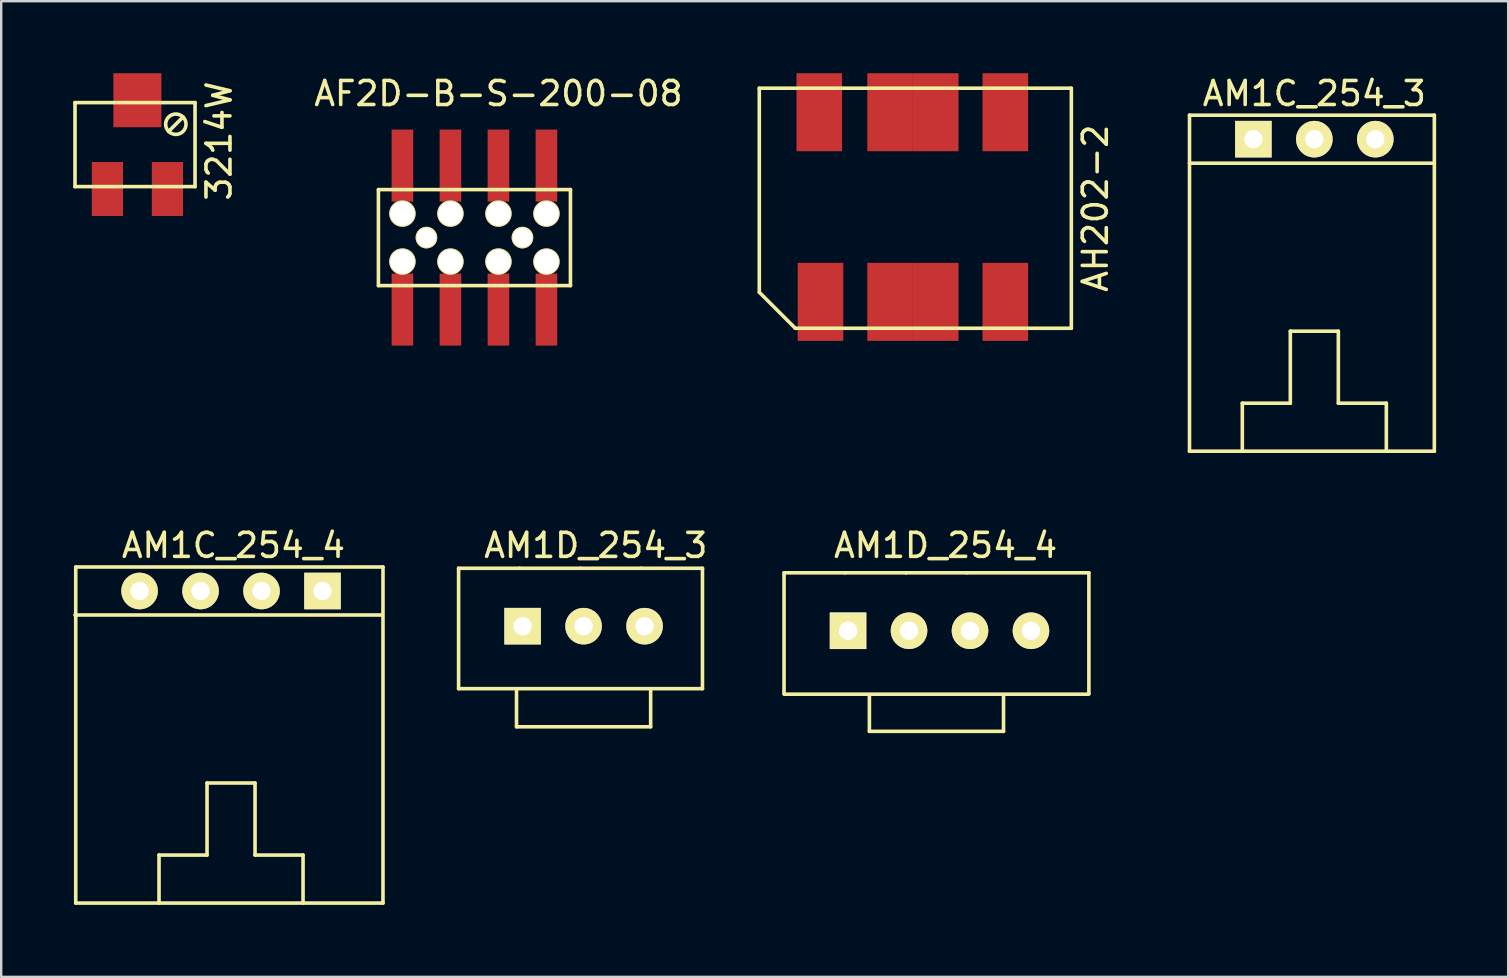
<source format=kicad_pcb>
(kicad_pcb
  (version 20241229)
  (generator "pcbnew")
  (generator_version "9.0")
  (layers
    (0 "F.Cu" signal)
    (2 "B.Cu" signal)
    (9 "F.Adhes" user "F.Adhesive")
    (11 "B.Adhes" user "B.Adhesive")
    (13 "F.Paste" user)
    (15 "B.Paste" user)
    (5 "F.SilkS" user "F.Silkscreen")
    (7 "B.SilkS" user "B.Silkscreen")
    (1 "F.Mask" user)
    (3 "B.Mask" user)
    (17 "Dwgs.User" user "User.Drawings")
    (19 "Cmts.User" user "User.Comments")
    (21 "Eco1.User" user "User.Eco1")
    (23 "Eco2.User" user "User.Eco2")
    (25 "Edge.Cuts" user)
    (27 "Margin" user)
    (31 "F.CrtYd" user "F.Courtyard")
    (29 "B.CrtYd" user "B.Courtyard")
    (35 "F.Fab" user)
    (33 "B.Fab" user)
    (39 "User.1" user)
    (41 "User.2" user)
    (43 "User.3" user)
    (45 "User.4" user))
  (footprint "AM1D_254_3"
    (layer "F.Cu")
    (at 21.262 23.037)
    (property "Reference" "AM1D_254_3" (at 0.508 -3.365 0) (layer "F.SilkS") (effects (font (size 1 1) (thickness 0.15))))
    (attr through_hole)
    (fp_line (start -5.207 -2.413) (end -2.667 -2.413) (stroke (width 0.15) (type solid)) (layer "F.SilkS"))
    (fp_line (start -5.207 2.603) (end -5.207 -2.413) (stroke (width 0.15) (type solid)) (layer "F.SilkS"))
    (fp_line (start -5.207 2.603) (end 4.953 2.603) (stroke (width 0.15) (type solid)) (layer "F.SilkS"))
    (fp_line (start -2.794 4.191) (end -2.794 2.667) (stroke (width 0.15) (type solid)) (layer "F.SilkS"))
    (fp_line (start -2.794 4.191) (end 2.794 4.191) (stroke (width 0.15) (type solid)) (layer "F.SilkS"))
    (fp_line (start -2.667 -2.413) (end -0.127 -2.413) (stroke (width 0.15) (type solid)) (layer "F.SilkS"))
    (fp_line (start -0.127 -2.413) (end 2.413 -2.413) (stroke (width 0.15) (type solid)) (layer "F.SilkS"))
    (fp_line (start 2.413 -2.413) (end 4.953 -2.413) (stroke (width 0.15) (type solid)) (layer "F.SilkS"))
    (fp_line (start 2.794 4.191) (end 2.794 2.667) (stroke (width 0.15) (type solid)) (layer "F.SilkS"))
    (fp_line (start 4.953 2.603) (end 4.953 -2.413) (stroke (width 0.15) (type solid)) (layer "F.SilkS"))
    (pad "1" thru_hole rect (at -2.54 0) (size 1.524 1.524) (drill 0.762) (layers "*.Cu" "*.Mask" "F.SilkS"))
    (pad "2" thru_hole circle (at 0 0) (size 1.524 1.524) (drill 0.762) (layers "*.Cu" "*.Mask" "F.SilkS"))
    (pad "3" thru_hole circle (at 2.54 0) (size 1.524 1.524) (drill 0.762) (layers "*.Cu" "*.Mask" "F.SilkS")))
  (footprint "AH202-2"
    (layer "F.Cu")
    (at 35.082 5.625)
    (property "Reference" "AH202-2" (at 7.5 0 90) (layer "F.SilkS") (effects (font (size 1 1) (thickness 0.15))))
    (attr through_hole)
    (fp_line (start -6.5 -5) (end 6.5 -5) (stroke (width 0.15) (type solid)) (layer "F.SilkS"))
    (fp_line (start -6.5 3.5) (end -6.5 -5) (stroke (width 0.15) (type solid)) (layer "F.SilkS"))
    (fp_line (start -5 5) (end -6.5 3.5) (stroke (width 0.15) (type solid)) (layer "F.SilkS"))
    (fp_line (start 6.5 -5) (end 6.5 5) (stroke (width 0.15) (type solid)) (layer "F.SilkS"))
    (fp_line (start 6.5 5) (end -5 5) (stroke (width 0.15) (type solid)) (layer "F.SilkS"))
    (pad "1" smd rect (at -4 -4) (size 1.9 3.25) (layers "F.Cu" "F.Mask" "F.Paste"))
    (pad "2" smd rect (at -1.05 -4) (size 1.9 3.25) (layers "F.Cu" "F.Mask" "F.Paste"))
    (pad "3" smd rect (at 0.85 -4) (size 1.9 3.25) (layers "F.Cu" "F.Mask" "F.Paste"))
    (pad "4" smd rect (at 3.75 -4) (size 1.9 3.25) (layers "F.Cu" "F.Mask" "F.Paste"))
    (pad "5" smd rect (at 3.75 3.9) (size 1.9 3.25) (layers "F.Cu" "F.Mask" "F.Paste"))
    (pad "6" smd rect (at 0.85 3.9) (size 1.9 3.25) (layers "F.Cu" "F.Mask" "F.Paste"))
    (pad "7" smd rect (at -1.05 3.9) (size 1.9 3.25) (layers "F.Cu" "F.Mask" "F.Paste"))
    (pad "8" smd rect (at -3.95 3.9) (size 1.9 3.25) (layers "F.Cu" "F.Mask" "F.Paste")))
  (footprint "AM1D_254_4"
    (layer "F.Cu")
    (at 36.09 23.227)
    (property "Reference" "AM1D_254_4" (at 0.254 -3.556 0) (layer "F.SilkS") (effects (font (size 1 1) (thickness 0.15))))
    (attr through_hole)
    (fp_line (start -6.477 -2.413) (end -3.937 -2.413) (stroke (width 0.15) (type solid)) (layer "F.SilkS"))
    (fp_line (start -6.477 2.603) (end -6.477 -2.413) (stroke (width 0.15) (type solid)) (layer "F.SilkS"))
    (fp_line (start -6.477 2.642) (end 6.223 2.642) (stroke (width 0.15) (type solid)) (layer "F.SilkS"))
    (fp_line (start -3.937 -2.413) (end -1.397 -2.413) (stroke (width 0.15) (type solid)) (layer "F.SilkS"))
    (fp_line (start -2.921 4.191) (end -2.921 2.667) (stroke (width 0.15) (type solid)) (layer "F.SilkS"))
    (fp_line (start -2.921 4.191) (end 2.667 4.191) (stroke (width 0.15) (type solid)) (layer "F.SilkS"))
    (fp_line (start -1.397 -2.413) (end 1.143 -2.413) (stroke (width 0.15) (type solid)) (layer "F.SilkS"))
    (fp_line (start 1.143 -2.413) (end 6.223 -2.413) (stroke (width 0.15) (type solid)) (layer "F.SilkS"))
    (fp_line (start 2.667 4.191) (end 2.667 2.667) (stroke (width 0.15) (type solid)) (layer "F.SilkS"))
    (fp_line (start 6.223 2.603) (end 6.223 -2.413) (stroke (width 0.15) (type solid)) (layer "F.SilkS"))
    (pad "1" thru_hole rect (at -3.81 0) (size 1.524 1.524) (drill 0.762) (layers "*.Cu" "*.Mask" "F.SilkS"))
    (pad "2" thru_hole circle (at -1.27 0) (size 1.524 1.524) (drill 0.762) (layers "*.Cu" "*.Mask" "F.SilkS"))
    (pad "3" thru_hole circle (at 1.27 0) (size 1.524 1.524) (drill 0.762) (layers "*.Cu" "*.Mask" "F.SilkS"))
    (pad "4" thru_hole circle (at 3.81 0) (size 1.524 1.524) (drill 0.762) (layers "*.Cu" "*.Mask" "F.SilkS")))
  (footprint "AF2D-B-S-200-08"
    (layer "F.Cu")
    (at 16.715 6.848)
    (property "Reference" "AF2D-B-S-200-08" (at 1 -6 0) (layer "F.SilkS") (effects (font (size 1 1) (thickness 0.15))))
    (attr through_hole)
    (fp_line (start -4 -2) (end 4 -2) (stroke (width 0.15) (type solid)) (layer "F.SilkS"))
    (fp_line (start -4 2) (end -4 -2) (stroke (width 0.15) (type solid)) (layer "F.SilkS"))
    (fp_line (start -4 2) (end 4 2) (stroke (width 0.15) (type solid)) (layer "F.SilkS"))
    (fp_line (start 4 -2) (end 4 2) (stroke (width 0.15) (type solid)) (layer "F.SilkS"))
    (pad "" np_thru_hole circle (at -3 -1) (size 1.1 1.1) (drill 1) (layers "*.Cu" "*.Mask" "F.SilkS"))
    (pad "" np_thru_hole circle (at -3 1) (size 1.1 1.1) (drill 1) (layers "*.Cu" "*.Mask" "F.SilkS"))
    (pad "" np_thru_hole circle (at -2 0) (size 0.9 0.9) (drill 0.8) (layers "*.Cu" "*.Mask" "F.SilkS"))
    (pad "" np_thru_hole circle (at -1 -1) (size 1.1 1.1) (drill 1) (layers "*.Cu" "*.Mask" "F.SilkS"))
    (pad "" np_thru_hole circle (at -1 1) (size 1.1 1.1) (drill 1) (layers "*.Cu" "*.Mask" "F.SilkS"))
    (pad "" np_thru_hole circle (at 1 -1) (size 1.1 1.1) (drill 1) (layers "*.Cu" "*.Mask" "F.SilkS"))
    (pad "" np_thru_hole circle (at 1 1) (size 1.1 1.1) (drill 1) (layers "*.Cu" "*.Mask" "F.SilkS"))
    (pad "" np_thru_hole circle (at 2 0) (size 0.9 0.9) (drill 0.8) (layers "*.Cu" "*.Mask" "F.SilkS"))
    (pad "" np_thru_hole circle (at 3 -1) (size 1.1 1.1) (drill 1) (layers "*.Cu" "*.Mask" "F.SilkS"))
    (pad "" np_thru_hole circle (at 3 1) (size 1.1 1.1) (drill 1) (layers "*.Cu" "*.Mask" "F.SilkS"))
    (pad "1" smd rect (at 3 3) (size 0.9 3) (layers "F.Cu" "F.Mask" "F.Paste"))
    (pad "2" smd rect (at 3 -3) (size 0.9 3) (layers "F.Cu" "F.Mask" "F.Paste"))
    (pad "3" smd rect (at 1 3) (size 0.9 3) (layers "F.Cu" "F.Mask" "F.Paste"))
    (pad "4" smd rect (at 1 -3) (size 0.9 3) (layers "F.Cu" "F.Mask" "F.Paste"))
    (pad "5" smd rect (at -1 3) (size 0.9 3) (layers "F.Cu" "F.Mask" "F.Paste"))
    (pad "6" smd rect (at -1 -3) (size 0.9 3) (layers "F.Cu" "F.Mask" "F.Paste"))
    (pad "7" smd rect (at -3 3) (size 0.9 3) (layers "F.Cu" "F.Mask" "F.Paste"))
    (pad "8" smd rect (at -3 -3) (size 0.9 3) (layers "F.Cu" "F.Mask" "F.Paste")))
  (footprint "3214W"
    (layer "F.Cu")
    (at 2.675 2.925)
    (property "Reference" "3214W" (at 3.4 -0.1 90) (layer "F.SilkS") (effects (font (size 1 1) (thickness 0.15))))
    (attr through_hole)
    (fp_line (start -2.6 -1.7) (end -2.6 1.8) (stroke (width 0.15) (type solid)) (layer "F.SilkS"))
    (fp_line (start -2.6 -1.7) (end 2.4 -1.7) (stroke (width 0.15) (type solid)) (layer "F.SilkS"))
    (fp_line (start -2.6 1.8) (end 2.4 1.8) (stroke (width 0.15) (type solid)) (layer "F.SilkS"))
    (fp_line (start 1.3 -0.5) (end 1.9 -1.1) (stroke (width 0.15) (type solid)) (layer "F.SilkS"))
    (fp_line (start 2.4 -1.7) (end 2.4 1.8) (stroke (width 0.15) (type solid)) (layer "F.SilkS"))
    (fp_circle (center 1.6 -0.8) (end 1.9 -0.5) (stroke (width 0.15) (type solid)) (fill no) (layer "F.SilkS"))
    (pad "1" smd rect (at -1.25 1.9) (size 1.3 2.25) (layers "F.Cu" "F.Mask" "F.Paste"))
    (pad "2" smd rect (at 0 -1.8) (size 2 2.25) (layers "F.Cu" "F.Mask" "F.Paste"))
    (pad "3" smd rect (at 1.25 1.9) (size 1.3 2.25) (layers "F.Cu" "F.Mask" "F.Paste")))
  (footprint "AM1C_254_4"
    (layer "F.Cu")
    (at 6.575 27.271)
    (property "Reference" "AM1C_254_4" (at 0.1 -7.6 0) (layer "F.SilkS") (effects (font (size 1 1) (thickness 0.15))))
    (attr through_hole)
    (fp_line (start -6.5 -4.7) (end 6.3 -4.7) (stroke (width 0.15) (type solid)) (layer "F.SilkS"))
    (fp_line (start -6.47 -6.7) (end -6.47 7.3) (stroke (width 0.15) (type solid)) (layer "F.SilkS"))
    (fp_line (start -6.47 -6.7) (end 6.33 -6.7) (stroke (width 0.15) (type solid)) (layer "F.SilkS"))
    (fp_line (start -6.47 7.3) (end 6.33 7.3) (stroke (width 0.15) (type solid)) (layer "F.SilkS"))
    (fp_line (start -3 5.3) (end -1 5.3) (stroke (width 0.15) (type solid)) (layer "F.SilkS"))
    (fp_line (start -3 7.3) (end -3 5.3) (stroke (width 0.15) (type solid)) (layer "F.SilkS"))
    (fp_line (start -1 2.3) (end 1 2.3) (stroke (width 0.15) (type solid)) (layer "F.SilkS"))
    (fp_line (start -1 5.3) (end -1 2.3) (stroke (width 0.15) (type solid)) (layer "F.SilkS"))
    (fp_line (start 1 2.3) (end 1 5.3) (stroke (width 0.15) (type solid)) (layer "F.SilkS"))
    (fp_line (start 1 5.3) (end 3 5.3) (stroke (width 0.15) (type solid)) (layer "F.SilkS"))
    (fp_line (start 3 5.3) (end 3 7.3) (stroke (width 0.15) (type solid)) (layer "F.SilkS"))
    (fp_line (start 6.33 -6.7) (end 6.33 7.3) (stroke (width 0.15) (type solid)) (layer "F.SilkS"))
    (pad "1" thru_hole rect (at 3.81 -5.7) (size 1.524 1.524) (drill 0.762) (layers "*.Cu" "*.Mask" "F.SilkS"))
    (pad "2" thru_hole circle (at 1.27 -5.7) (size 1.524 1.524) (drill 0.762) (layers "*.Cu" "*.Mask" "F.SilkS"))
    (pad "3" thru_hole circle (at -1.27 -5.7) (size 1.524 1.524) (drill 0.762) (layers "*.Cu" "*.Mask" "F.SilkS"))
    (pad "4" thru_hole circle (at -3.81 -5.7) (size 1.524 1.524) (drill 0.762) (layers "*.Cu" "*.Mask" "F.SilkS")))
  (footprint "AM1C_254_3"
    (layer "F.Cu")
    (at 51.705 8.748)
    (property "Reference" "AM1C_254_3" (at 0 -7.9 0) (layer "F.SilkS") (effects (font (size 1 1) (thickness 0.15))))
    (attr through_hole)
    (fp_line (start -5.2 -7) (end -5.2 7) (stroke (width 0.15) (type solid)) (layer "F.SilkS"))
    (fp_line (start -5.2 -7) (end 5 -7) (stroke (width 0.15) (type solid)) (layer "F.SilkS"))
    (fp_line (start -5.2 -5) (end 5 -5) (stroke (width 0.15) (type solid)) (layer "F.SilkS"))
    (fp_line (start -5.2 7) (end 5 7) (stroke (width 0.15) (type solid)) (layer "F.SilkS"))
    (fp_line (start -3 5) (end -1 5) (stroke (width 0.15) (type solid)) (layer "F.SilkS"))
    (fp_line (start -3 7) (end -3 5) (stroke (width 0.15) (type solid)) (layer "F.SilkS"))
    (fp_line (start -1 2) (end 1 2) (stroke (width 0.15) (type solid)) (layer "F.SilkS"))
    (fp_line (start -1 5) (end -1 2) (stroke (width 0.15) (type solid)) (layer "F.SilkS"))
    (fp_line (start 1 2) (end 1 5) (stroke (width 0.15) (type solid)) (layer "F.SilkS"))
    (fp_line (start 1 5) (end 3 5) (stroke (width 0.15) (type solid)) (layer "F.SilkS"))
    (fp_line (start 3 5) (end 3 7) (stroke (width 0.15) (type solid)) (layer "F.SilkS"))
    (fp_line (start 5 -7) (end 5 7) (stroke (width 0.15) (type solid)) (layer "F.SilkS"))
    (pad "1" thru_hole rect (at -2.54 -6) (size 1.524 1.524) (drill 0.762) (layers "*.Cu" "*.Mask" "F.SilkS"))
    (pad "2" thru_hole circle (at 0 -6) (size 1.524 1.524) (drill 0.762) (layers "*.Cu" "*.Mask" "F.SilkS"))
    (pad "3" thru_hole circle (at 2.54 -6) (size 1.524 1.524) (drill 0.762) (layers "*.Cu" "*.Mask" "F.SilkS")))
  (gr_rect
    (start -3 -3)
    (end 59.78 37.647)
    (stroke (width 0.1) (type default))
    (fill no)
    (layer "Edge.Cuts")))
</source>
